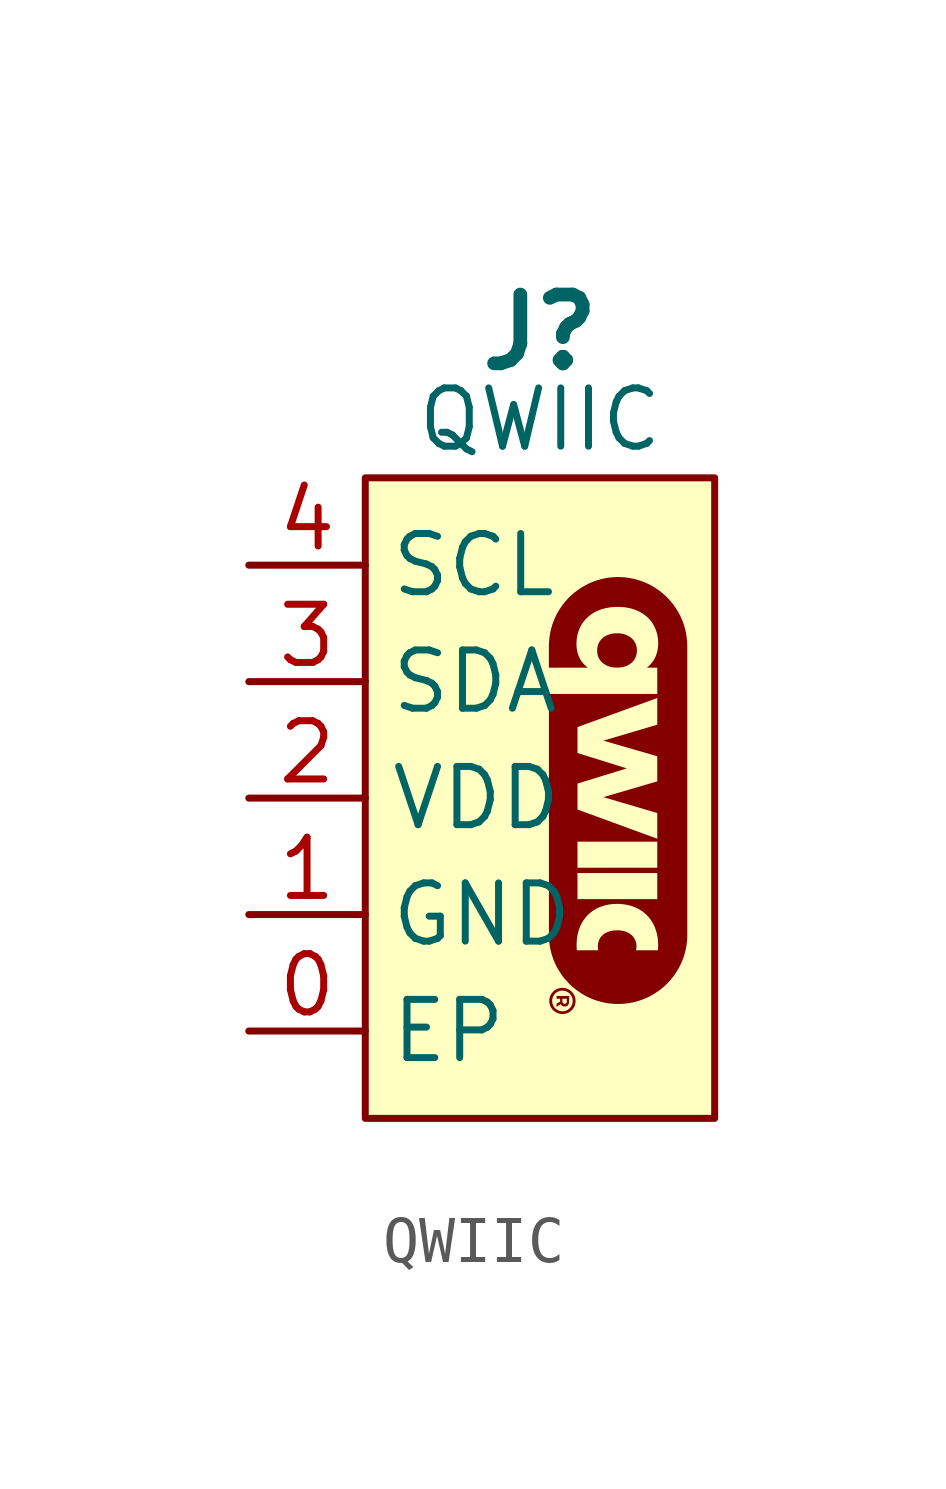
<source format=kicad_sym>
(kicad_symbol_lib
  (version 20231120)
  (generator "kicad_symbol_editor")
  (generator_version "8.0")
  (symbol "QWIIC"
    (property "Reference" "J"
      (at 0 0 0)
      (effects (font (size 1.5 1.5) (bold yes))))
    (property "Value" "QWIIC"
      (at 0 -1.905 0)
      (effects (font (size 1.27 1.27))))
    (symbol "QWIIC_1_0"
      (polyline (pts (xy 0.635 -14.605) (xy 0.634 -14.617) (xy 0.632 -14.629) (xy 0.631 -14.635) (xy 0.629 -14.64) (xy 0.627 -14.645) (xy 0.626 -14.65) (xy 0.624 -14.655) (xy 0.621 -14.659) (xy 0.619 -14.664) (xy 0.616 -14.668) (xy 0.614 -14.672) (xy 0.611 -14.675) (xy 0.608 -14.679) (xy 0.604 -14.682) (xy 0.601 -14.685) (xy 0.597 -14.688) (xy 0.593 -14.691) (xy 0.589 -14.693) (xy 0.585 -14.695) (xy 0.581 -14.697) (xy 0.577 -14.699) (xy 0.572 -14.701) (xy 0.567 -14.702) (xy 0.562 -14.703) (xy 0.557 -14.704) (xy 0.552 -14.704) (xy 0.546 -14.705) (xy 0.541 -14.705) (xy 0.533 -14.704) (xy 0.525 -14.704) (xy 0.518 -14.703) (xy 0.511 -14.701) (xy 0.504 -14.699) (xy 0.498 -14.697) (xy 0.492 -14.694) (xy 0.486 -14.691) (xy 0.481 -14.688) (xy 0.476 -14.684) (xy 0.471 -14.68) (xy 0.467 -14.675) (xy 0.463 -14.67) (xy 0.459 -14.664) (xy 0.455 -14.659) (xy 0.452 -14.652) (xy 0.452 -14.653) (xy 0.361 -14.713) (xy 0.361 -14.643) (xy 0.44 -14.599) (xy 0.44 -14.536) (xy 0.361 -14.536) (xy 0.361 -14.475) (xy 0.586 -14.475) (xy 0.586 -14.536) (xy 0.489 -14.536) (xy 0.489 -14.592) (xy 0.49 -14.598) (xy 0.49 -14.601) (xy 0.49 -14.604) (xy 0.491 -14.607) (xy 0.491 -14.61) (xy 0.492 -14.613) (xy 0.493 -14.615) (xy 0.493 -14.618) (xy 0.494 -14.62) (xy 0.495 -14.622) (xy 0.497 -14.624) (xy 0.498 -14.627) (xy 0.499 -14.629) (xy 0.501 -14.631) (xy 0.502 -14.632) (xy 0.504 -14.634) (xy 0.505 -14.636) (xy 0.507 -14.637) (xy 0.509 -14.639) (xy 0.511 -14.64) (xy 0.513 -14.641) (xy 0.515 -14.642) (xy 0.518 -14.643) (xy 0.52 -14.644) (xy 0.522 -14.645) (xy 0.525 -14.645) (xy 0.527 -14.646) (xy 0.53 -14.646) (xy 0.533 -14.647) (xy 0.535 -14.647) (xy 0.538 -14.647) (xy 0.541 -14.647) (xy 0.544 -14.647) (xy 0.547 -14.646) (xy 0.549 -14.646) (xy 0.552 -14.645) (xy 0.554 -14.645) (xy 0.557 -14.644) (xy 0.559 -14.643) (xy 0.561 -14.642) (xy 0.563 -14.641) (xy 0.565 -14.64) (xy 0.567 -14.639) (xy 0.569 -14.637) (xy 0.571 -14.636) (xy 0.573 -14.634) (xy 0.574 -14.632) (xy 0.576 -14.631) (xy 0.577 -14.629) (xy 0.578 -14.627) (xy 0.58 -14.624) (xy 0.581 -14.622) (xy 0.582 -14.62) (xy 0.583 -14.618) (xy 0.583 -14.615) (xy 0.584 -14.613) (xy 0.585 -14.61) (xy 0.585 -14.607) (xy 0.586 -14.604) (xy 0.586 -14.601) (xy 0.586 -14.598) (xy 0.586 -14.595) (xy 0.586 -14.592) (xy 0.586 -14.536) (xy 0.586 -14.475) (xy 0.635 -14.475) (xy 0.635 -14.592) (xy 0.635 -14.605)) (stroke (width -0.0001) (type solid)) (fill (type outline)))
      (polyline (pts (xy 2.114 -6.962) (xy 2.112 -6.982) (xy 2.11 -7.002) (xy 2.106 -7.021) (xy 2.102 -7.04) (xy 2.096 -7.059) (xy 2.09 -7.076) (xy 2.083 -7.094) (xy 2.075 -7.111) (xy 2.066 -7.127) (xy 2.056 -7.142) (xy 2.046 -7.157) (xy 2.034 -7.172) (xy 2.022 -7.186) (xy 2.009 -7.199) (xy 1.995 -7.212) (xy 1.98 -7.223) (xy 1.965 -7.235) (xy 1.949 -7.245) (xy 1.932 -7.255) (xy 1.915 -7.265) (xy 1.896 -7.273) (xy 1.877 -7.281) (xy 1.858 -7.288) (xy 1.838 -7.294) (xy 1.817 -7.3) (xy 1.796 -7.304) (xy 1.774 -7.308) (xy 1.751 -7.311) (xy 1.728 -7.313) (xy 1.704 -7.314) (xy 1.68 -7.315) (xy 1.656 -7.314) (xy 1.633 -7.313) (xy 1.61 -7.311) (xy 1.588 -7.308) (xy 1.566 -7.304) (xy 1.544 -7.3) (xy 1.524 -7.294) (xy 1.504 -7.288) (xy 1.484 -7.281) (xy 1.465 -7.273) (xy 1.447 -7.265) (xy 1.43 -7.255) (xy 1.413 -7.245) (xy 1.397 -7.235) (xy 1.381 -7.223) (xy 1.367 -7.212) (xy 1.353 -7.199) (xy 1.339 -7.186) (xy 1.327 -7.172) (xy 1.316 -7.157) (xy 1.305 -7.142) (xy 1.295 -7.127) (xy 1.286 -7.111) (xy 1.278 -7.094) (xy 1.27 -7.076) (xy 1.264 -7.059) (xy 1.259 -7.04) (xy 1.254 -7.021) (xy 1.251 -7.002) (xy 1.248 -6.982) (xy 1.247 -6.962) (xy 1.246 -6.942) (xy 1.247 -6.921) (xy 1.248 -6.9) (xy 1.251 -6.88) (xy 1.254 -6.861) (xy 1.259 -6.842) (xy 1.264 -6.824) (xy 1.27 -6.806) (xy 1.278 -6.788) (xy 1.286 -6.771) (xy 1.295 -6.755) (xy 1.305 -6.739) (xy 1.316 -6.724) (xy 1.327 -6.709) (xy 1.339 -6.695) (xy 1.353 -6.682) (xy 1.367 -6.669) (xy 1.381 -6.657) (xy 1.397 -6.646) (xy 1.413 -6.635) (xy 1.43 -6.625) (xy 1.447 -6.616) (xy 1.466 -6.607) (xy 1.484 -6.6) (xy 1.504 -6.593) (xy 1.524 -6.587) (xy 1.544 -6.581) (xy 1.566 -6.576) (xy 1.588 -6.572) (xy 1.61 -6.569) (xy 1.633 -6.567) (xy 1.656 -6.566) (xy 1.68 -6.566) (xy 1.704 -6.566) (xy 1.727 -6.567) (xy 1.75 -6.569) (xy 1.773 -6.572) (xy 1.794 -6.576) (xy 1.816 -6.581) (xy 1.836 -6.586) (xy 1.857 -6.593) (xy 1.876 -6.6) (xy 1.895 -6.607) (xy 1.913 -6.616) (xy 1.931 -6.625) (xy 1.947 -6.635) (xy 1.964 -6.646) (xy 1.979 -6.657) (xy 1.994 -6.669) (xy 2.008 -6.682) (xy 2.021 -6.695) (xy 2.033 -6.709) (xy 2.045 -6.724) (xy 2.055 -6.739) (xy 2.065 -6.755) (xy 2.074 -6.771) (xy 2.083 -6.788) (xy 2.09 -6.805) (xy 2.096 -6.823) (xy 2.102 -6.842) (xy 2.106 -6.861) (xy 2.11 -6.88) (xy 2.112 -6.9) (xy 2.114 -6.921) (xy 2.114 -6.942) (xy 2.114 -6.962)) (stroke (width -0.0001) (type solid)) (fill (type outline)))
      (polyline (pts (xy 0.776 -14.599) (xy 0.775 -14.614) (xy 0.773 -14.628) (xy 0.771 -14.643) (xy 0.767 -14.657) (xy 0.763 -14.67) (xy 0.759 -14.684) (xy 0.754 -14.697) (xy 0.748 -14.709) (xy 0.742 -14.722) (xy 0.735 -14.733) (xy 0.727 -14.745) (xy 0.719 -14.756) (xy 0.711 -14.767) (xy 0.702 -14.777) (xy 0.692 -14.787) (xy 0.682 -14.796) (xy 0.672 -14.805) (xy 0.661 -14.814) (xy 0.65 -14.822) (xy 0.638 -14.829) (xy 0.626 -14.836) (xy 0.614 -14.842) (xy 0.601 -14.848) (xy 0.588 -14.853) (xy 0.575 -14.857) (xy 0.562 -14.861) (xy 0.548 -14.864) (xy 0.534 -14.866) (xy 0.519 -14.868) (xy 0.505 -14.869) (xy 0.49 -14.87) (xy 0.476 -14.869) (xy 0.461 -14.868) (xy 0.447 -14.866) (xy 0.433 -14.864) (xy 0.419 -14.861) (xy 0.406 -14.857) (xy 0.393 -14.852) (xy 0.38 -14.847) (xy 0.367 -14.842) (xy 0.354 -14.835) (xy 0.342 -14.829) (xy 0.331 -14.821) (xy 0.319 -14.813) (xy 0.308 -14.805) (xy 0.298 -14.796) (xy 0.288 -14.787) (xy 0.278 -14.777) (xy 0.269 -14.766) (xy 0.261 -14.756) (xy 0.253 -14.744) (xy 0.245 -14.733) (xy 0.238 -14.721) (xy 0.232 -14.708) (xy 0.226 -14.696) (xy 0.22 -14.682) (xy 0.216 -14.669) (xy 0.212 -14.655) (xy 0.209 -14.641) (xy 0.206 -14.627) (xy 0.204 -14.613) (xy 0.203 -14.598) (xy 0.203 -14.583) (xy 0.203 -14.568) (xy 0.204 -14.553) (xy 0.206 -14.539) (xy 0.208 -14.525) (xy 0.212 -14.511) (xy 0.216 -14.497) (xy 0.22 -14.484) (xy 0.225 -14.471) (xy 0.231 -14.458) (xy 0.237 -14.446) (xy 0.244 -14.434) (xy 0.252 -14.422) (xy 0.26 -14.411) (xy 0.269 -14.401) (xy 0.278 -14.39) (xy 0.287 -14.38) (xy 0.297 -14.371) (xy 0.307 -14.362) (xy 0.318 -14.354) (xy 0.33 -14.346) (xy 0.341 -14.339) (xy 0.353 -14.332) (xy 0.365 -14.326) (xy 0.378 -14.32) (xy 0.391 -14.315) (xy 0.404 -14.311) (xy 0.418 -14.307) (xy 0.431 -14.304) (xy 0.446 -14.302) (xy 0.46 -14.3) (xy 0.474 -14.299) (xy 0.489 -14.298) (xy 0.489 -14.298) (xy 0.489 -14.359) (xy 0.477 -14.359) (xy 0.466 -14.36) (xy 0.455 -14.362) (xy 0.444 -14.364) (xy 0.433 -14.366) (xy 0.423 -14.369) (xy 0.413 -14.372) (xy 0.403 -14.376) (xy 0.393 -14.381) (xy 0.383 -14.385) (xy 0.374 -14.391) (xy 0.365 -14.396) (xy 0.356 -14.403) (xy 0.347 -14.409) (xy 0.339 -14.416) (xy 0.332 -14.423) (xy 0.324 -14.431) (xy 0.317 -14.439) (xy 0.311 -14.447) (xy 0.304 -14.456) (xy 0.299 -14.465) (xy 0.293 -14.475) (xy 0.288 -14.484) (xy 0.284 -14.494) (xy 0.28 -14.505) (xy 0.276 -14.515) (xy 0.273 -14.526) (xy 0.271 -14.537) (xy 0.269 -14.548) (xy 0.267 -14.559) (xy 0.266 -14.571) (xy 0.266 -14.583) (xy 0.266 -14.595) (xy 0.267 -14.606) (xy 0.269 -14.618) (xy 0.271 -14.629) (xy 0.273 -14.64) (xy 0.276 -14.651) (xy 0.28 -14.662) (xy 0.284 -14.672) (xy 0.288 -14.682) (xy 0.293 -14.692) (xy 0.299 -14.701) (xy 0.305 -14.71) (xy 0.311 -14.719) (xy 0.318 -14.728) (xy 0.325 -14.736) (xy 0.333 -14.744) (xy 0.34 -14.751) (xy 0.348 -14.758) (xy 0.357 -14.765) (xy 0.366 -14.771) (xy 0.375 -14.777) (xy 0.384 -14.782) (xy 0.394 -14.787) (xy 0.404 -14.791) (xy 0.414 -14.795) (xy 0.424 -14.799) (xy 0.435 -14.802) (xy 0.446 -14.804) (xy 0.457 -14.806) (xy 0.468 -14.807) (xy 0.479 -14.808) (xy 0.491 -14.809) (xy 0.491 -14.809) (xy 0.49 -14.809) (xy 0.49 -14.809) (xy 0.502 -14.809) (xy 0.513 -14.808) (xy 0.524 -14.806) (xy 0.535 -14.804) (xy 0.546 -14.802) (xy 0.556 -14.799) (xy 0.567 -14.796) (xy 0.577 -14.792) (xy 0.587 -14.787) (xy 0.596 -14.782) (xy 0.606 -14.777) (xy 0.615 -14.771) (xy 0.623 -14.765) (xy 0.632 -14.758) (xy 0.64 -14.752) (xy 0.648 -14.744) (xy 0.655 -14.736) (xy 0.662 -14.728) (xy 0.669 -14.72) (xy 0.675 -14.711) (xy 0.681 -14.702) (xy 0.686 -14.693) (xy 0.691 -14.683) (xy 0.696 -14.673) (xy 0.7 -14.663) (xy 0.703 -14.652) (xy 0.706 -14.641) (xy 0.709 -14.63) (xy 0.711 -14.619) (xy 0.712 -14.608) (xy 0.713 -14.596) (xy 0.713 -14.584) (xy 0.713 -14.572) (xy 0.712 -14.561) (xy 0.711 -14.549) (xy 0.709 -14.538) (xy 0.706 -14.527) (xy 0.703 -14.516) (xy 0.699 -14.506) (xy 0.695 -14.495) (xy 0.691 -14.485) (xy 0.686 -14.476) (xy 0.68 -14.466) (xy 0.674 -14.457) (xy 0.668 -14.448) (xy 0.661 -14.44) (xy 0.654 -14.432) (xy 0.647 -14.424) (xy 0.639 -14.416) (xy 0.631 -14.409) (xy 0.622 -14.403) (xy 0.614 -14.397) (xy 0.604 -14.391) (xy 0.595 -14.386) (xy 0.585 -14.381) (xy 0.576 -14.376) (xy 0.565 -14.372) (xy 0.555 -14.369) (xy 0.544 -14.366) (xy 0.534 -14.364) (xy 0.523 -14.362) (xy 0.511 -14.36) (xy 0.5 -14.359) (xy 0.489 -14.359) (xy 0.489 -14.298) (xy 0.503 -14.299) (xy 0.518 -14.3) (xy 0.532 -14.302) (xy 0.546 -14.304) (xy 0.56 -14.307) (xy 0.573 -14.311) (xy 0.587 -14.315) (xy 0.6 -14.32) (xy 0.612 -14.326) (xy 0.625 -14.332) (xy 0.637 -14.339) (xy 0.648 -14.346) (xy 0.66 -14.354) (xy 0.671 -14.363) (xy 0.681 -14.372) (xy 0.691 -14.381) (xy 0.701 -14.391) (xy 0.71 -14.401) (xy 0.718 -14.412) (xy 0.727 -14.423) (xy 0.734 -14.435) (xy 0.741 -14.447) (xy 0.748 -14.459) (xy 0.753 -14.472) (xy 0.759 -14.485) (xy 0.763 -14.498) (xy 0.767 -14.512) (xy 0.77 -14.526) (xy 0.773 -14.54) (xy 0.775 -14.555) (xy 0.776 -14.569) (xy 0.776 -14.584) (xy 0.776 -14.599)) (stroke (width -0.0001) (type solid)) (fill (type outline)))
      (polyline (pts (xy 3.211 -13.218) (xy 3.205 -13.295) (xy 3.196 -13.37) (xy 3.182 -13.445) (xy 3.166 -13.518) (xy 3.145 -13.589) (xy 3.121 -13.66) (xy 3.094 -13.728) (xy 3.064 -13.795) (xy 3.031 -13.86) (xy 2.994 -13.923) (xy 2.955 -13.985) (xy 2.913 -14.044) (xy 2.868 -14.101) (xy 2.821 -14.155) (xy 2.771 -14.208) (xy 2.719 -14.258) (xy 2.664 -14.305) (xy 2.607 -14.35) (xy 2.547 -14.392) (xy 2.486 -14.431) (xy 2.423 -14.468) (xy 2.358 -14.501) (xy 2.291 -14.531) (xy 2.223 -14.558) (xy 2.152 -14.582) (xy 2.081 -14.602) (xy 2.008 -14.619) (xy 1.934 -14.633) (xy 1.858 -14.642) (xy 1.781 -14.648) (xy 1.704 -14.65) (xy 1.626 -14.648) (xy 1.549 -14.642) (xy 1.474 -14.633) (xy 1.4 -14.619) (xy 1.327 -14.602) (xy 1.255 -14.582) (xy 1.185 -14.558) (xy 1.116 -14.531) (xy 1.049 -14.501) (xy 0.984 -14.468) (xy 0.921 -14.431) (xy 0.86 -14.392) (xy 0.801 -14.35) (xy 0.744 -14.305) (xy 0.689 -14.258) (xy 0.636 -14.208) (xy 0.587 -14.155) (xy 0.539 -14.101) (xy 0.494 -14.044) (xy 0.452 -13.984) (xy 0.413 -13.923) (xy 0.377 -13.86) (xy 0.343 -13.795) (xy 0.313 -13.728) (xy 0.286 -13.659) (xy 0.262 -13.589) (xy 0.242 -13.518) (xy 0.225 -13.445) (xy 0.212 -13.37) (xy 0.202 -13.295) (xy 0.197 -13.218) (xy 0.195 -13.141) (xy 0.195 -7.888) (xy 2.558 -7.888) (xy 2.558 -7.977) (xy 0.818 -8.611) (xy 0.818 -9.177) (xy 1.893 -9.512) (xy 0.818 -9.843) (xy 0.818 -10.409) (xy 2.558 -11.046) (xy 2.558 -11.11) (xy 0.818 -11.11) (xy 0.818 -11.679) (xy 2.558 -11.679) (xy 2.558 -11.795) (xy 0.818 -11.795) (xy 0.818 -12.364) (xy 1.68 -12.364) (xy 1.68 -12.467) (xy 1.631 -12.468) (xy 1.583 -12.471) (xy 1.536 -12.476) (xy 1.49 -12.484) (xy 1.445 -12.493) (xy 1.402 -12.504) (xy 1.359 -12.517) (xy 1.319 -12.531) (xy 1.279 -12.548) (xy 1.24 -12.566) (xy 1.204 -12.587) (xy 1.168 -12.608) (xy 1.134 -12.632) (xy 1.101 -12.657) (xy 1.07 -12.684) (xy 1.04 -12.713) (xy 1.012 -12.743) (xy 0.986 -12.775) (xy 0.961 -12.808) (xy 0.938 -12.842) (xy 0.916 -12.879) (xy 0.896 -12.916) (xy 0.878 -12.955) (xy 0.862 -12.995) (xy 0.847 -13.037) (xy 0.835 -13.079) (xy 0.824 -13.123) (xy 0.815 -13.169) (xy 0.808 -13.215) (xy 0.803 -13.263) (xy 0.8 -13.312) (xy 0.799 -13.361) (xy 0.799 -13.376) (xy 0.799 -13.391) (xy 0.8 -13.406) (xy 0.8 -13.421) (xy 0.801 -13.436) (xy 0.802 -13.45) (xy 0.804 -13.479) (xy 1.27 -13.479) (xy 1.268 -13.469) (xy 1.267 -13.458) (xy 1.265 -13.447) (xy 1.264 -13.436) (xy 1.263 -13.425) (xy 1.262 -13.413) (xy 1.262 -13.402) (xy 1.262 -13.39) (xy 1.262 -13.371) (xy 1.264 -13.352) (xy 1.266 -13.334) (xy 1.27 -13.316) (xy 1.274 -13.299) (xy 1.279 -13.282) (xy 1.285 -13.265) (xy 1.292 -13.249) (xy 1.3 -13.233) (xy 1.308 -13.218) (xy 1.318 -13.204) (xy 1.328 -13.19) (xy 1.339 -13.176) (xy 1.351 -13.163) (xy 1.364 -13.151) (xy 1.377 -13.139) (xy 1.391 -13.128) (xy 1.406 -13.118) (xy 1.422 -13.108) (xy 1.438 -13.098) (xy 1.455 -13.09) (xy 1.473 -13.082) (xy 1.491 -13.075) (xy 1.51 -13.068) (xy 1.53 -13.062) (xy 1.55 -13.057) (xy 1.571 -13.053) (xy 1.592 -13.049) (xy 1.637 -13.044) (xy 1.683 -13.043) (xy 1.706 -13.043) (xy 1.729 -13.044) (xy 1.752 -13.046) (xy 1.773 -13.049) (xy 1.795 -13.053) (xy 1.815 -13.057) (xy 1.835 -13.062) (xy 1.855 -13.068) (xy 1.874 -13.075) (xy 1.892 -13.082) (xy 1.91 -13.09) (xy 1.927 -13.098) (xy 1.943 -13.108) (xy 1.959 -13.118) (xy 1.974 -13.128) (xy 1.988 -13.139) (xy 2.002 -13.151) (xy 2.014 -13.163) (xy 2.026 -13.176) (xy 2.037 -13.19) (xy 2.048 -13.204) (xy 2.057 -13.218) (xy 2.066 -13.233) (xy 2.074 -13.249) (xy 2.081 -13.265) (xy 2.087 -13.282) (xy 2.092 -13.299) (xy 2.097 -13.316) (xy 2.1 -13.334) (xy 2.103 -13.352) (xy 2.104 -13.371) (xy 2.105 -13.39) (xy 2.104 -13.402) (xy 2.104 -13.413) (xy 2.103 -13.425) (xy 2.102 -13.436) (xy 2.101 -13.447) (xy 2.099 -13.458) (xy 2.097 -13.469) (xy 2.095 -13.479) (xy 2.572 -13.479) (xy 2.573 -13.466) (xy 2.574 -13.452) (xy 2.575 -13.438) (xy 2.576 -13.424) (xy 2.577 -13.41) (xy 2.577 -13.396) (xy 2.577 -13.382) (xy 2.578 -13.368) (xy 2.576 -13.318) (xy 2.573 -13.269) (xy 2.568 -13.221) (xy 2.561 -13.174) (xy 2.552 -13.128) (xy 2.541 -13.084) (xy 2.528 -13.041) (xy 2.513 -12.999) (xy 2.497 -12.959) (xy 2.478 -12.919) (xy 2.458 -12.882) (xy 2.436 -12.845) (xy 2.413 -12.81) (xy 2.387 -12.777) (xy 2.36 -12.745) (xy 2.332 -12.715) (xy 2.301 -12.686) (xy 2.27 -12.659) (xy 2.236 -12.633) (xy 2.202 -12.61) (xy 2.165 -12.588) (xy 2.128 -12.567) (xy 2.089 -12.549) (xy 2.048 -12.532) (xy 2.007 -12.517) (xy 1.964 -12.504) (xy 1.919 -12.493) (xy 1.874 -12.484) (xy 1.827 -12.477) (xy 1.779 -12.471) (xy 1.73 -12.468) (xy 1.68 -12.467) (xy 1.68 -12.364) (xy 2.558 -12.364) (xy 2.558 -11.795) (xy 2.558 -11.679) (xy 2.558 -11.11) (xy 2.558 -11.046) (xy 2.558 -10.486) (xy 1.381 -10.139) (xy 2.558 -9.795) (xy 2.558 -9.248) (xy 1.381 -8.907) (xy 2.558 -8.559) (xy 2.558 -7.977) (xy 2.558 -7.888) (xy 2.558 -7.888) (xy 2.558 -7.315) (xy 2.33 -7.315) (xy 2.359 -7.292) (xy 2.386 -7.267) (xy 2.412 -7.24) (xy 2.435 -7.213) (xy 2.458 -7.184) (xy 2.478 -7.154) (xy 2.496 -7.123) (xy 2.513 -7.09) (xy 2.528 -7.056) (xy 2.541 -7.021) (xy 2.552 -6.985) (xy 2.561 -6.948) (xy 2.568 -6.91) (xy 2.574 -6.87) (xy 2.577 -6.829) (xy 2.578 -6.788) (xy 2.577 -6.743) (xy 2.574 -6.7) (xy 2.569 -6.657) (xy 2.562 -6.616) (xy 2.553 -6.575) (xy 2.542 -6.536) (xy 2.529 -6.498) (xy 2.515 -6.461) (xy 2.498 -6.425) (xy 2.48 -6.39) (xy 2.46 -6.357) (xy 2.439 -6.324) (xy 2.416 -6.294) (xy 2.391 -6.264) (xy 2.364 -6.236) (xy 2.336 -6.209) (xy 2.306 -6.184) (xy 2.275 -6.16) (xy 2.243 -6.137) (xy 2.208 -6.116) (xy 2.173 -6.096) (xy 2.136 -6.078) (xy 2.098 -6.062) (xy 2.058 -6.047) (xy 2.017 -6.034) (xy 1.975 -6.022) (xy 1.931 -6.013) (xy 1.887 -6.004) (xy 1.841 -5.998) (xy 1.794 -5.994) (xy 1.746 -5.991) (xy 1.696 -5.99) (xy 1.646 -5.991) (xy 1.597 -5.994) (xy 1.549 -5.998) (xy 1.503 -6.005) (xy 1.457 -6.013) (xy 1.413 -6.023) (xy 1.37 -6.034) (xy 1.328 -6.048) (xy 1.287 -6.063) (xy 1.248 -6.079) (xy 1.21 -6.098) (xy 1.174 -6.117) (xy 1.139 -6.139) (xy 1.106 -6.162) (xy 1.074 -6.186) (xy 1.044 -6.212) (xy 1.015 -6.239) (xy 0.988 -6.268) (xy 0.962 -6.298) (xy 0.938 -6.329) (xy 0.916 -6.362) (xy 0.896 -6.396) (xy 0.877 -6.431) (xy 0.861 -6.467) (xy 0.846 -6.505) (xy 0.833 -6.544) (xy 0.821 -6.584) (xy 0.812 -6.625) (xy 0.805 -6.667) (xy 0.8 -6.711) (xy 0.797 -6.755) (xy 0.796 -6.8) (xy 0.797 -6.841) (xy 0.8 -6.88) (xy 0.805 -6.919) (xy 0.812 -6.956) (xy 0.821 -6.993) (xy 0.832 -7.028) (xy 0.845 -7.062) (xy 0.859 -7.095) (xy 0.876 -7.127) (xy 0.894 -7.157) (xy 0.915 -7.187) (xy 0.937 -7.215) (xy 0.961 -7.242) (xy 0.987 -7.268) (xy 1.014 -7.292) (xy 1.043 -7.315) (xy 0.194 -7.315) (xy 0.194 -6.848) (xy 0.196 -6.771) (xy 0.202 -6.694) (xy 0.212 -6.619) (xy 0.225 -6.544) (xy 0.242 -6.471) (xy 0.262 -6.399) (xy 0.286 -6.329) (xy 0.313 -6.261) (xy 0.343 -6.194) (xy 0.376 -6.129) (xy 0.413 -6.066) (xy 0.452 -6.005) (xy 0.494 -5.945) (xy 0.539 -5.888) (xy 0.586 -5.834) (xy 0.636 -5.781) (xy 0.689 -5.731) (xy 0.744 -5.684) (xy 0.801 -5.639) (xy 0.86 -5.597) (xy 0.921 -5.558) (xy 0.984 -5.521) (xy 1.049 -5.488) (xy 1.116 -5.458) (xy 1.185 -5.431) (xy 1.255 -5.407) (xy 1.326 -5.386) (xy 1.399 -5.37) (xy 1.474 -5.356) (xy 1.549 -5.347) (xy 1.626 -5.341) (xy 1.704 -5.339) (xy 1.781 -5.341) (xy 1.858 -5.347) (xy 1.933 -5.356) (xy 2.008 -5.37) (xy 2.081 -5.386) (xy 2.152 -5.407) (xy 2.222 -5.431) (xy 2.291 -5.458) (xy 2.358 -5.488) (xy 2.423 -5.521) (xy 2.486 -5.558) (xy 2.547 -5.597) (xy 2.607 -5.639) (xy 2.663 -5.684) (xy 2.718 -5.731) (xy 2.771 -5.781) (xy 2.821 -5.834) (xy 2.868 -5.888) (xy 2.913 -5.945) (xy 2.955 -6.005) (xy 2.994 -6.066) (xy 3.031 -6.129) (xy 3.064 -6.194) (xy 3.094 -6.261) (xy 3.121 -6.329) (xy 3.145 -6.399) (xy 3.165 -6.471) (xy 3.182 -6.544) (xy 3.195 -6.619) (xy 3.205 -6.694) (xy 3.211 -6.771) (xy 3.213 -6.848) (xy 3.213 -13.14) (xy 3.213 -13.141) (xy 3.211 -13.218)) (stroke (width -0.0001) (type solid)) (fill (type outline))))
    (symbol "QWIIC_1_1"
      (rectangle (start -3.81 -3.175) (end 3.81 -17.145) (stroke (width 0) (type default)) (fill (type background)))
      (pin passive line (at -6.35 -15.24 0) (length 2.54) (name "EP" (effects (font (size 1.27 1.27)))) (number "0" (effects (font (size 1.27 1.27)))))
      (pin passive line (at -6.35 -12.7 0) (length 2.54) (name "GND" (effects (font (size 1.27 1.27)))) (number "1" (effects (font (size 1.27 1.27)))))
      (pin passive line (at -6.35 -10.16 0) (length 2.54) (name "VDD" (effects (font (size 1.27 1.27)))) (number "2" (effects (font (size 1.27 1.27)))))
      (pin bidirectional line (at -6.35 -7.62 0) (length 2.54) (name "SDA" (effects (font (size 1.27 1.27)))) (number "3" (effects (font (size 1.27 1.27)))))
      (pin bidirectional line (at -6.35 -5.08 0) (length 2.54) (name "SCL" (effects (font (size 1.27 1.27)))) (number "4" (effects (font (size 1.27 1.27))))))))
</source>
